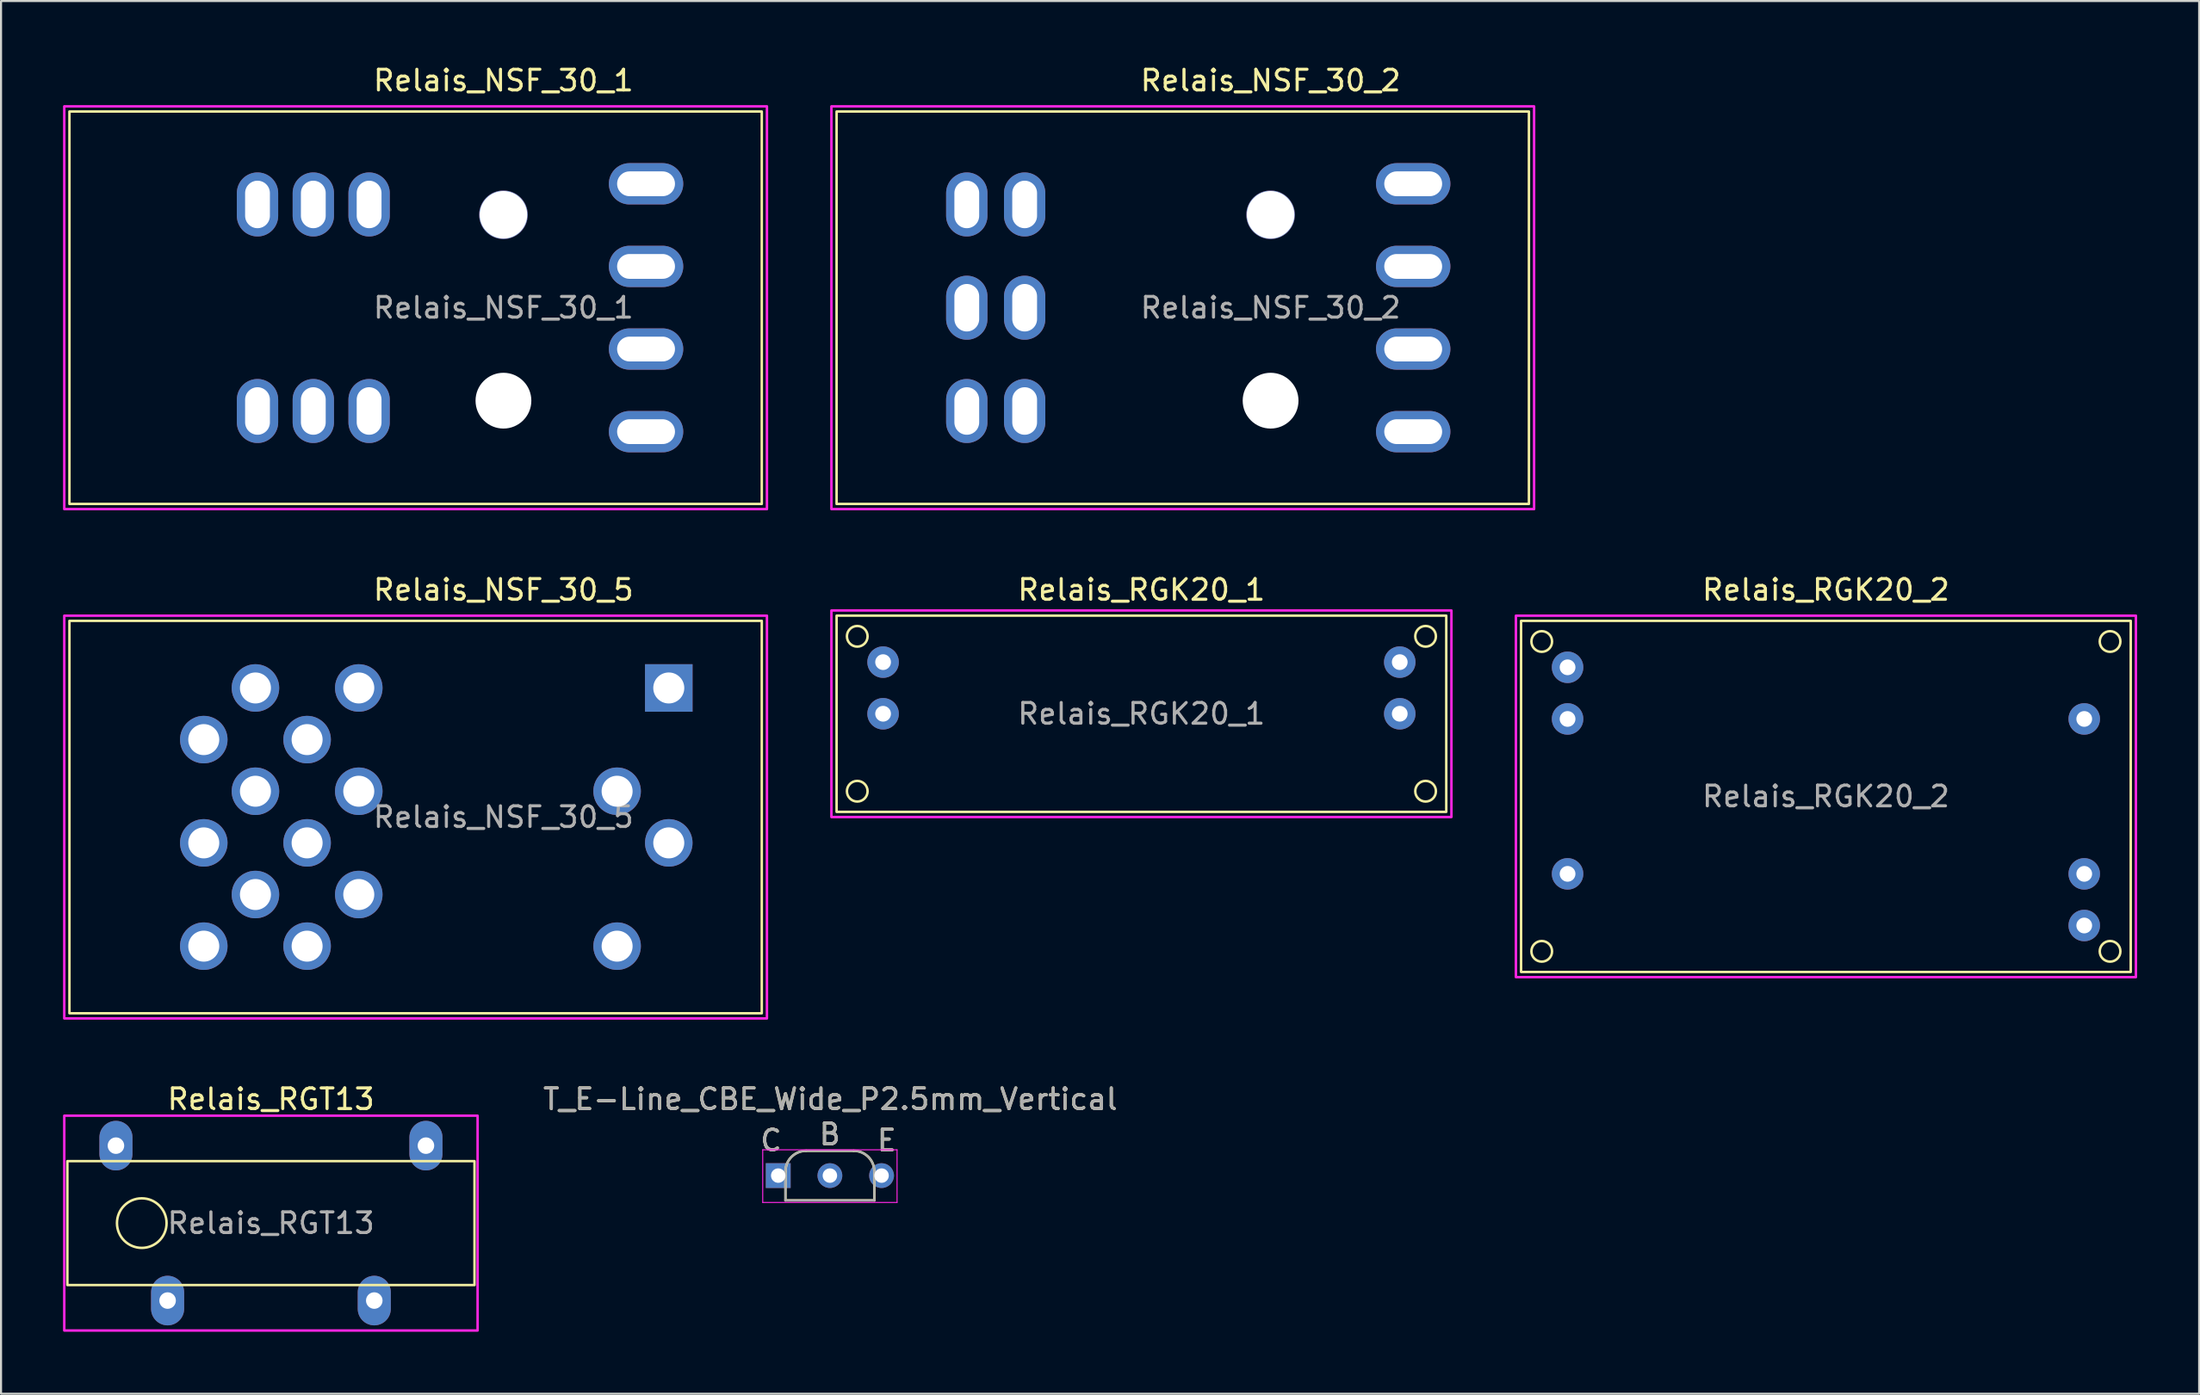
<source format=kicad_pcb>
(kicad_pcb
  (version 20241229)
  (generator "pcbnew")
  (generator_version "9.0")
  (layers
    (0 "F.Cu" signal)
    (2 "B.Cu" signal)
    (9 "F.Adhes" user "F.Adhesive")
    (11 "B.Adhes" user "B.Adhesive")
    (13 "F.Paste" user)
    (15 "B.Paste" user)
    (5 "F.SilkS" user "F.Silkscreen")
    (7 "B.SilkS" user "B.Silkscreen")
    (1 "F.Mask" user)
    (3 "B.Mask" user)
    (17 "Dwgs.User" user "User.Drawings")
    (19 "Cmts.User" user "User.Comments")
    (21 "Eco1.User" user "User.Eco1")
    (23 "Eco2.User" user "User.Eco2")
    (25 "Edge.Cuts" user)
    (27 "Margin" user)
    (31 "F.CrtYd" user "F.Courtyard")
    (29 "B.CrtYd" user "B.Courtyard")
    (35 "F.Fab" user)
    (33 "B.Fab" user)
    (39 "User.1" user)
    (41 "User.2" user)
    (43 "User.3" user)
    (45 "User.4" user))
  (footprint "T_E-Line_CBE_Wide_P2.5mm_Vertical"
    (layer "F.Cu")
    (at 35.856 53.865)
    (property "Reference" "T_E-Line_CBE_Wide_P2.5mm_Vertical" (at 1.27 -3.7 0) (layer "F.SilkS") (effects (font (size 1 1) (thickness 0.15))))
    (attr through_hole)
    (fp_line (start -0.9 -0.2) (end -0.9 1.2) (stroke (width 0.12) (type solid)) (layer "F.SilkS"))
    (fp_line (start -0.9 1.2) (end 3.4 1.2) (stroke (width 0.12) (type solid)) (layer "F.SilkS"))
    (fp_line (start 2.4 -1.2) (end 0.1 -1.2) (stroke (width 0.12) (type solid)) (layer "F.SilkS"))
    (fp_line (start 3.4 1.2) (end 3.4 -0.2) (stroke (width 0.12) (type solid)) (layer "F.SilkS"))
    (fp_arc (start -0.9 -0.2) (mid -0.607107 -0.907107) (end 0.1 -1.2) (stroke (width 0.12) (type solid)) (layer "F.SilkS"))
    (fp_arc (start 2.4 -1.2) (mid 3.107107 -0.907107) (end 3.4 -0.2) (stroke (width 0.12) (type solid)) (layer "F.SilkS"))
    (fp_line (start -2 -1.25) (end -2 1.3) (stroke (width 0.05) (type solid)) (layer "F.CrtYd"))
    (fp_line (start -2 1.3) (end 4.5 1.3) (stroke (width 0.05) (type solid)) (layer "F.CrtYd"))
    (fp_line (start 4.5 -1.25) (end -2 -1.25) (stroke (width 0.05) (type solid)) (layer "F.CrtYd"))
    (fp_line (start 4.5 1.3) (end 4.5 -1.25) (stroke (width 0.05) (type solid)) (layer "F.CrtYd"))
    (fp_line (start -0.9 -0.2) (end -0.9 1.2) (stroke (width 0.1) (type solid)) (layer "F.Fab"))
    (fp_line (start -0.9 1.2) (end 3.4 1.2) (stroke (width 0.1) (type solid)) (layer "F.Fab"))
    (fp_line (start 2.4 -1.2) (end 0.1 -1.2) (stroke (width 0.1) (type solid)) (layer "F.Fab"))
    (fp_line (start 3.4 1.2) (end 3.4 -0.2) (stroke (width 0.1) (type solid)) (layer "F.Fab"))
    (fp_arc (start -0.9 -0.2) (mid -0.607107 -0.907107) (end 0.1 -1.2) (stroke (width 0.1) (type solid)) (layer "F.Fab"))
    (fp_arc (start 2.4 -1.2) (mid 3.107107 -0.907107) (end 3.4 -0.2) (stroke (width 0.1) (type solid)) (layer "F.Fab"))
    (fp_text user "C" (at -1.6 -1.7 0) (layer "F.SilkS") (effects (font (size 1 1) (thickness 0.15))))
    (fp_text user "E" (at 4 -1.7 0) (layer "F.SilkS") (effects (font (size 1 1) (thickness 0.15))))
    (fp_text user "B" (at 1.25 -2 0) (layer "F.SilkS") (effects (font (size 1 1) (thickness 0.15))))
    (fp_text user "B" (at 1.25 -2 0) (layer "F.Fab") (effects (font (size 1 1) (thickness 0.15))))
    (fp_text user "E" (at 4 -1.7 0) (layer "F.Fab") (effects (font (size 1 1) (thickness 0.15))))
    (fp_text user "${REFERENCE}" (at 1.27 -3.7 0) (layer "F.Fab") (effects (font (size 1 1) (thickness 0.15))))
    (fp_text user "C" (at -1.6 -1.7 0) (layer "F.Fab") (effects (font (size 1 1) (thickness 0.15))))
    (pad "1" thru_hole rect (at -1.25 0) (size 1.2 1.2) (drill 0.7) (layers "*.Cu" "*.Mask"))
    (pad "2" thru_hole oval (at 1.25 0) (size 1.2 1.2) (drill 0.7) (layers "*.Cu" "*.Mask"))
    (pad "3" thru_hole oval (at 3.75 0) (size 1.2 1.2) (drill 0.7) (layers "*.Cu" "*.Mask")))
  (footprint "Relais_RGK20_2"
    (layer "F.Cu")
    (at 85.3 35.507)
    (property "Reference" "Relais_RGK20_2" (at 0 -10 0) (unlocked yes) (layer "F.SilkS") (effects (font (size 1 1) (thickness 0.15))))
    (attr through_hole)
    (fp_rect (start -14.75 8.5) (end 14.75 -8.5) (stroke (width 0.12) (type solid)) (fill no) (layer "F.SilkS"))
    (fp_circle (center -13.75 -7.5) (end -13.25 -7.5) (stroke (width 0.12) (type solid)) (fill no) (layer "F.SilkS"))
    (fp_circle (center -13.75 7.5) (end -13.25 7.5) (stroke (width 0.12) (type solid)) (fill no) (layer "F.SilkS"))
    (fp_circle (center 13.75 -7.5) (end 14.25 -7.5) (stroke (width 0.12) (type solid)) (fill no) (layer "F.SilkS"))
    (fp_circle (center 13.75 7.5) (end 14.25 7.5) (stroke (width 0.12) (type solid)) (fill no) (layer "F.SilkS"))
    (fp_rect (start -15 8.75) (end 15 -8.75) (stroke (width 0.12) (type solid)) (fill no) (layer "F.CrtYd"))
    (fp_text user "${REFERENCE}" (at 0 0 0) (layer "F.Fab") (effects (font (size 1 1) (thickness 0.15))))
    (pad "1" thru_hole circle (at -12.5 -6.25) (size 1.524 1.524) (drill 0.762) (layers "*.Cu" "*.Mask"))
    (pad "2" thru_hole circle (at 12.5 6.25) (size 1.524 1.524) (drill 0.762) (layers "*.Cu" "*.Mask"))
    (pad "5" thru_hole circle (at -12.5 -3.75) (size 1.524 1.524) (drill 0.762) (layers "*.Cu" "*.Mask"))
    (pad "6" thru_hole circle (at 12.5 -3.75) (size 1.524 1.524) (drill 0.762) (layers "*.Cu" "*.Mask"))
    (pad "7" thru_hole circle (at -12.5 3.75) (size 1.524 1.524) (drill 0.762) (layers "*.Cu" "*.Mask"))
    (pad "8" thru_hole circle (at 12.5 3.75) (size 1.524 1.524) (drill 0.762) (layers "*.Cu" "*.Mask")))
  (footprint "Relais_RGK20_1"
    (layer "F.Cu")
    (at 52.18 31.506)
    (property "Reference" "Relais_RGK20_1" (at 0 -6 0) (unlocked yes) (layer "F.SilkS") (effects (font (size 1 1) (thickness 0.15))))
    (attr through_hole)
    (fp_rect (start -14.75 4.75) (end 14.75 -4.75) (stroke (width 0.12) (type solid)) (fill no) (layer "F.SilkS"))
    (fp_circle (center -13.75 -3.75) (end -13.25 -3.75) (stroke (width 0.12) (type solid)) (fill no) (layer "F.SilkS"))
    (fp_circle (center -13.75 3.75) (end -13.25 3.75) (stroke (width 0.12) (type solid)) (fill no) (layer "F.SilkS"))
    (fp_circle (center 13.75 -3.75) (end 14.25 -3.75) (stroke (width 0.12) (type solid)) (fill no) (layer "F.SilkS"))
    (fp_circle (center 13.75 3.75) (end 14.25 3.75) (stroke (width 0.12) (type solid)) (fill no) (layer "F.SilkS"))
    (fp_rect (start -15 5) (end 15 -5) (stroke (width 0.12) (type solid)) (fill no) (layer "F.CrtYd"))
    (fp_text user "${REFERENCE}" (at 0 0 0) (layer "F.Fab") (effects (font (size 1 1) (thickness 0.15))))
    (pad "1" thru_hole circle (at -12.5 -2.5) (size 1.524 1.524) (drill 0.762) (layers "*.Cu" "*.Mask"))
    (pad "2" thru_hole circle (at 12.5 -2.5) (size 1.524 1.524) (drill 0.762) (layers "*.Cu" "*.Mask"))
    (pad "5" thru_hole circle (at -12.5 0) (size 1.524 1.524) (drill 0.762) (layers "*.Cu" "*.Mask"))
    (pad "6" thru_hole circle (at 12.5 0) (size 1.524 1.524) (drill 0.762) (layers "*.Cu" "*.Mask")))
  (footprint "Relais_RGT13"
    (layer "F.Cu")
    (at 10.06 56.165)
    (property "Reference" "Relais_RGT13" (at 0 -6 0) (unlocked yes) (layer "F.SilkS") (effects (font (size 1 1) (thickness 0.15))))
    (attr through_hole)
    (fp_rect (start -9.85 3) (end 9.85 -3) (stroke (width 0.12) (type solid)) (fill no) (layer "F.SilkS"))
    (fp_circle (center -6.25 0) (end -5.05 0) (stroke (width 0.12) (type solid)) (fill no) (layer "F.SilkS"))
    (fp_rect (start -10 5.2) (end 10 -5.2) (stroke (width 0.12) (type solid)) (fill no) (layer "F.CrtYd"))
    (fp_text user "${REFERENCE}" (at 0 0 0) (layer "F.Fab") (effects (font (size 1 1) (thickness 0.15))))
    (pad "2" thru_hole oval (at -5 3.75 90) (size 2.4 1.6) (drill 0.8) (layers "*.Cu" "*.Mask"))
    (pad "6" thru_hole oval (at 5 3.75 90) (size 2.4 1.6) (drill 0.8) (layers "*.Cu" "*.Mask"))
    (pad "8" thru_hole oval (at 7.5 -3.75 90) (size 2.4 1.6) (drill 0.8) (layers "*.Cu" "*.Mask"))
    (pad "14" thru_hole oval (at -7.5 -3.75 90) (size 2.4 1.6) (drill 0.8) (layers "*.Cu" "*.Mask")))
  (footprint "Relais_NSF_30_2"
    (layer "F.Cu")
    (at 58.43 11.848)
    (property "Reference" "Relais_NSF_30_2" (at 0 -11 0) (unlocked yes) (layer "F.SilkS") (effects (font (size 1 1) (thickness 0.15))))
    (attr through_hole)
    (fp_rect (start -21 9.5) (end 12.5 -9.5) (stroke (width 0.12) (type solid)) (fill no) (layer "F.SilkS"))
    (fp_rect (start -21.25 9.75) (end 12.75 -9.75) (stroke (width 0.12) (type solid)) (fill no) (layer "F.CrtYd"))
    (fp_text user "${REFERENCE}" (at 0 0 0) (layer "F.Fab") (effects (font (size 1 1) (thickness 0.15))))
    (pad "" np_thru_hole circle (at 0 -4.5 90) (size 2.35 2.35) (drill 2.3) (layers "*.Cu" "*.Mask"))
    (pad "" np_thru_hole circle (at 0 4.5 90) (size 2.7 2.7) (drill 2.7) (layers "*.Cu" "*.Mask"))
    (pad "1" thru_hole oval (at 6.9 -6 90) (size 2 3.6) (drill oval 1.2 2.8) (layers "*.Cu" "*.Mask"))
    (pad "2" thru_hole oval (at 6.9 -2 90) (size 2 3.6) (drill oval 1.2 2.8) (layers "*.Cu" "*.Mask"))
    (pad "3" thru_hole oval (at 6.9 2 90) (size 2 3.6) (drill oval 1.2 2.8) (layers "*.Cu" "*.Mask"))
    (pad "4" thru_hole oval (at 6.9 6 90) (size 2 3.6) (drill oval 1.2 2.8) (layers "*.Cu" "*.Mask"))
    (pad "8" thru_hole oval (at -11.9 -5) (size 2 3.1) (drill oval 1.2 2.3) (layers "*.Cu" "*.Mask"))
    (pad "9" thru_hole oval (at -14.7 0) (size 2 3.1) (drill oval 1.2 2.3) (layers "*.Cu" "*.Mask"))
    (pad "10" thru_hole oval (at -14.7 -5) (size 2 3.1) (drill oval 1.2 2.3) (layers "*.Cu" "*.Mask"))
    (pad "14" thru_hole oval (at -11.9 5) (size 2 3.1) (drill oval 1.2 2.3) (layers "*.Cu" "*.Mask"))
    (pad "15" thru_hole oval (at -11.9 0) (size 2 3.1) (drill oval 1.2 2.3) (layers "*.Cu" "*.Mask"))
    (pad "16" thru_hole oval (at -14.7 5) (size 2 3.1) (drill oval 1.2 2.3) (layers "*.Cu" "*.Mask")))
  (footprint "Relais_NSF_30_1"
    (layer "F.Cu")
    (at 21.31 11.848)
    (property "Reference" "Relais_NSF_30_1" (at 0 -11 0) (unlocked yes) (layer "F.SilkS") (effects (font (size 1 1) (thickness 0.15))))
    (attr through_hole)
    (fp_rect (start -21 9.5) (end 12.5 -9.5) (stroke (width 0.12) (type solid)) (fill no) (layer "F.SilkS"))
    (fp_rect (start -21.25 9.75) (end 12.75 -9.75) (stroke (width 0.12) (type solid)) (fill no) (layer "F.CrtYd"))
    (fp_text user "${REFERENCE}" (at 0 0 0) (layer "F.Fab") (effects (font (size 1 1) (thickness 0.15))))
    (pad "" np_thru_hole circle (at 0 -4.5 90) (size 2.35 2.35) (drill 2.3) (layers "*.Cu" "*.Mask"))
    (pad "" np_thru_hole circle (at 0 4.5 90) (size 2.7 2.7) (drill 2.7) (layers "*.Cu" "*.Mask"))
    (pad "1" thru_hole oval (at 6.9 -6 90) (size 2 3.6) (drill oval 1.2 2.8) (layers "*.Cu" "*.Mask"))
    (pad "2" thru_hole oval (at 6.9 -2 90) (size 2 3.6) (drill oval 1.2 2.8) (layers "*.Cu" "*.Mask"))
    (pad "3" thru_hole oval (at 6.9 2 90) (size 2 3.6) (drill oval 1.2 2.8) (layers "*.Cu" "*.Mask"))
    (pad "4" thru_hole oval (at 6.9 6 90) (size 2 3.6) (drill oval 1.2 2.8) (layers "*.Cu" "*.Mask"))
    (pad "5" thru_hole oval (at -6.5 -5) (size 2 3.1) (drill oval 1.2 2.3) (layers "*.Cu" "*.Mask"))
    (pad "7" thru_hole oval (at -9.2 -5) (size 2 3.1) (drill oval 1.2 2.3) (layers "*.Cu" "*.Mask"))
    (pad "8" thru_hole oval (at -11.9 -5) (size 2 3.1) (drill oval 1.2 2.3) (layers "*.Cu" "*.Mask"))
    (pad "11" thru_hole oval (at -6.5 5) (size 2 3.1) (drill oval 1.2 2.3) (layers "*.Cu" "*.Mask"))
    (pad "13" thru_hole oval (at -9.2 5) (size 2 3.1) (drill oval 1.2 2.3) (layers "*.Cu" "*.Mask"))
    (pad "14" thru_hole oval (at -11.9 5) (size 2 3.1) (drill oval 1.2 2.3) (layers "*.Cu" "*.Mask")))
  (footprint "Relais_NSF_30_5"
    (layer "F.Cu")
    (at 21.31 36.507)
    (property "Reference" "Relais_NSF_30_5" (at 0 -11 0) (unlocked yes) (layer "F.SilkS") (effects (font (size 1 1) (thickness 0.15))))
    (attr through_hole)
    (fp_rect (start -21 9.5) (end 12.5 -9.5) (stroke (width 0.12) (type solid)) (fill no) (layer "F.SilkS"))
    (fp_rect (start -21.25 9.75) (end 12.75 -9.75) (stroke (width 0.12) (type solid)) (fill no) (layer "F.CrtYd"))
    (fp_text user "${REFERENCE}" (at 0 0 0) (layer "F.Fab") (effects (font (size 1 1) (thickness 0.15))))
    (pad "1" thru_hole rect (at 8 -6.25 90) (size 2.3 2.3) (drill 1.5) (layers "*.Cu" "*.Mask"))
    (pad "2" thru_hole circle (at 5.5 -1.25 90) (size 2.3 2.3) (drill 1.5) (layers "*.Cu" "*.Mask"))
    (pad "3" thru_hole circle (at 8 1.25 90) (size 2.3 2.3) (drill 1.5) (layers "*.Cu" "*.Mask"))
    (pad "4" thru_hole circle (at 5.5 6.25 90) (size 2.3 2.3) (drill 1.5) (layers "*.Cu" "*.Mask"))
    (pad "5" thru_hole circle (at -7 -6.25 90) (size 2.3 2.3) (drill 1.5) (layers "*.Cu" "*.Mask"))
    (pad "6" thru_hole circle (at -9.5 1.25 90) (size 2.3 2.3) (drill 1.5) (layers "*.Cu" "*.Mask"))
    (pad "7" thru_hole circle (at -9.5 -3.75 90) (size 2.3 2.3) (drill 1.5) (layers "*.Cu" "*.Mask"))
    (pad "8" thru_hole circle (at -12 -6.25 90) (size 2.3 2.3) (drill 1.5) (layers "*.Cu" "*.Mask"))
    (pad "9" thru_hole circle (at -14.5 1.25 90) (size 2.3 2.3) (drill 1.5) (layers "*.Cu" "*.Mask"))
    (pad "10" thru_hole circle (at -14.5 -3.75 90) (size 2.3 2.3) (drill 1.5) (layers "*.Cu" "*.Mask"))
    (pad "11" thru_hole circle (at -7 3.75 90) (size 2.3 2.3) (drill 1.5) (layers "*.Cu" "*.Mask"))
    (pad "12" thru_hole circle (at -7 -1.25 90) (size 2.3 2.3) (drill 1.5) (layers "*.Cu" "*.Mask"))
    (pad "13" thru_hole circle (at -9.5 6.25 90) (size 2.3 2.3) (drill 1.5) (layers "*.Cu" "*.Mask"))
    (pad "14" thru_hole circle (at -12 3.75 90) (size 2.3 2.3) (drill 1.5) (layers "*.Cu" "*.Mask"))
    (pad "15" thru_hole circle (at -12 -1.25 90) (size 2.3 2.3) (drill 1.5) (layers "*.Cu" "*.Mask"))
    (pad "16" thru_hole circle (at -14.5 6.25 90) (size 2.3 2.3) (drill 1.5) (layers "*.Cu" "*.Mask")))
  (gr_rect
    (start -3 -3)
    (end 103.36 64.425)
    (stroke (width 0.1) (type default))
    (fill no)
    (layer "Edge.Cuts")))
</source>
